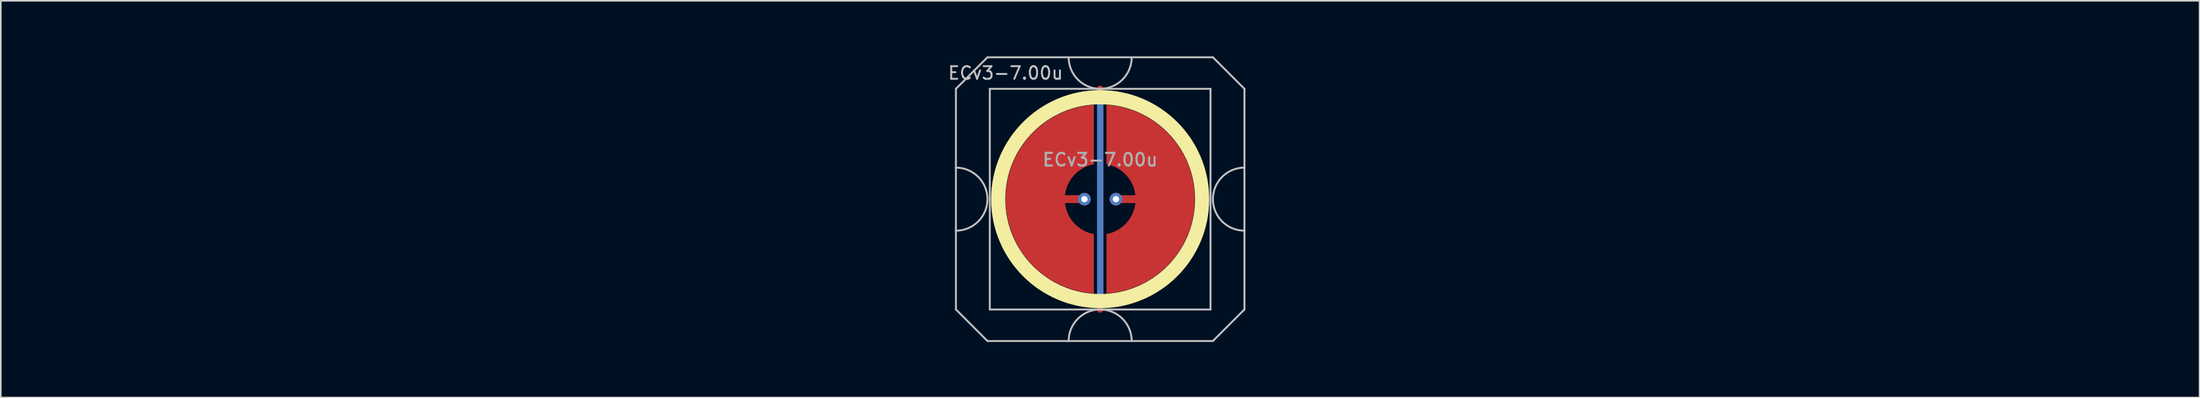
<source format=kicad_pcb>
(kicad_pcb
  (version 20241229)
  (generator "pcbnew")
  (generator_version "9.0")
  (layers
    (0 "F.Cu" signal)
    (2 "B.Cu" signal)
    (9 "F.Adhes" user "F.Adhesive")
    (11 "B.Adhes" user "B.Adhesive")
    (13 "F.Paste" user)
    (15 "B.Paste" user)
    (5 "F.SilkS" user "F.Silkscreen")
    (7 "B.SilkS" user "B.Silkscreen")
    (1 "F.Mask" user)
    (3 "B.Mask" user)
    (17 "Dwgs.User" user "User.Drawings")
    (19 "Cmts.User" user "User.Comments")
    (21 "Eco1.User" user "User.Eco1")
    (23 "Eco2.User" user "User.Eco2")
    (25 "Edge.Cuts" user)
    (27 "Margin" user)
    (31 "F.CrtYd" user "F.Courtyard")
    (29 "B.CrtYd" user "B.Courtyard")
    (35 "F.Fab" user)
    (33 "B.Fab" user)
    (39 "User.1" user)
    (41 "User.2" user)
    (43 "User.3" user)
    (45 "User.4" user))
  (footprint "ECv3-7.00u"
    (layer "F.Cu")
    (at 66.735 9.585)
    (property "Reference" "ECv3-7.00u" (at -6 -8 0) (layer "Dwgs.User") (effects (font (size 0.8 0.8) (thickness 0.12))))
    (attr through_hole exclude_from_pos_files exclude_from_bom)
    (fp_circle (center 0 0) (end 6.467 0) (stroke (width 0.9) (type solid)) (fill no) (layer "F.SilkS"))
    (fp_line (start -9.15 -7) (end -9.15 -2) (stroke (width 0.12) (type solid)) (layer "Dwgs.User"))
    (fp_line (start -9.15 -2) (end -9.15 2) (stroke (width 0.12) (type solid)) (layer "Dwgs.User"))
    (fp_line (start -9.15 2) (end -9.15 7) (stroke (width 0.12) (type solid)) (layer "Dwgs.User"))
    (fp_line (start -9.15 7) (end -7.15 9) (stroke (width 0.12) (type solid)) (layer "Dwgs.User"))
    (fp_line (start -7.15 -9) (end -9.15 -7) (stroke (width 0.12) (type solid)) (layer "Dwgs.User"))
    (fp_line (start -7.15 9) (end 7.15 9) (stroke (width 0.12) (type solid)) (layer "Dwgs.User"))
    (fp_line (start -7 -7) (end -7 7) (stroke (width 0.12) (type solid)) (layer "Dwgs.User"))
    (fp_line (start -7 7) (end 7 7) (stroke (width 0.12) (type solid)) (layer "Dwgs.User"))
    (fp_line (start 7 -7) (end -7 -7) (stroke (width 0.12) (type solid)) (layer "Dwgs.User"))
    (fp_line (start 7 7) (end 7 -7) (stroke (width 0.12) (type solid)) (layer "Dwgs.User"))
    (fp_line (start 7.15 -9) (end -7.15 -9) (stroke (width 0.12) (type solid)) (layer "Dwgs.User"))
    (fp_line (start 7.15 -9) (end 9.15 -7) (stroke (width 0.12) (type solid)) (layer "Dwgs.User"))
    (fp_line (start 7.15 9) (end 9.15 7) (stroke (width 0.12) (type solid)) (layer "Dwgs.User"))
    (fp_line (start 9.15 -2) (end 9.15 -7) (stroke (width 0.12) (type solid)) (layer "Dwgs.User"))
    (fp_line (start 9.15 -2) (end 9.15 2) (stroke (width 0.12) (type solid)) (layer "Dwgs.User"))
    (fp_line (start 9.15 7) (end 9.15 2) (stroke (width 0.12) (type solid)) (layer "Dwgs.User"))
    (fp_arc (start -9.15 -2) (mid -7.15 0) (end -9.15 2) (stroke (width 0.12) (type solid)) (layer "Dwgs.User"))
    (fp_arc (start -2 9) (mid 0 7) (end 2 9) (stroke (width 0.12) (type solid)) (layer "Dwgs.User"))
    (fp_arc (start 2 -9) (mid 0 -7) (end -2 -9) (stroke (width 0.12) (type solid)) (layer "Dwgs.User"))
    (fp_arc (start 9.15 2) (mid 7.15 0) (end 9.15 -2) (stroke (width 0.12) (type solid)) (layer "Dwgs.User"))
    (fp_line (start -63.9 -6.5) (end -63.9 6.25) (stroke (width 0.12) (type default)) (layer "Eco1.User"))
    (fp_line (start -63.4 -7) (end -63.9 -6.5) (stroke (width 0.12) (type default)) (layer "Eco1.User"))
    (fp_line (start -63.4 -7) (end -50.9 -7) (stroke (width 0.12) (type default)) (layer "Eco1.User"))
    (fp_line (start -63.4 6.75) (end -63.9 6.25) (stroke (width 0.12) (type default)) (layer "Eco1.User"))
    (fp_line (start -63.4 6.75) (end -50.9 6.75) (stroke (width 0.12) (type default)) (layer "Eco1.User"))
    (fp_line (start -50.9 -7) (end -50.4 -6.5) (stroke (width 0.12) (type default)) (layer "Eco1.User"))
    (fp_line (start -50.4 -6.5) (end -50.4 6.25) (stroke (width 0.12) (type default)) (layer "Eco1.User"))
    (fp_line (start -50.4 6.25) (end -50.9 6.75) (stroke (width 0.12) (type default)) (layer "Eco1.User"))
    (fp_line (start 50.4 -6.5) (end 50.4 6.25) (stroke (width 0.12) (type default)) (layer "Eco1.User"))
    (fp_line (start 50.9 -7) (end 50.4 -6.5) (stroke (width 0.12) (type default)) (layer "Eco1.User"))
    (fp_line (start 50.9 -7) (end 63.4 -7) (stroke (width 0.12) (type default)) (layer "Eco1.User"))
    (fp_line (start 50.9 6.75) (end 50.4 6.25) (stroke (width 0.12) (type default)) (layer "Eco1.User"))
    (fp_line (start 50.9 6.75) (end 63.4 6.75) (stroke (width 0.12) (type default)) (layer "Eco1.User"))
    (fp_line (start 63.4 -7) (end 63.9 -6.5) (stroke (width 0.12) (type default)) (layer "Eco1.User"))
    (fp_line (start 63.9 -6.5) (end 63.9 6.25) (stroke (width 0.12) (type default)) (layer "Eco1.User"))
    (fp_line (start 63.9 6.25) (end 63.4 6.75) (stroke (width 0.12) (type default)) (layer "Eco1.User"))
    (fp_line (start -66.675 -9.525) (end -66.675 9.525) (stroke (width 0.12) (type solid)) (layer "User.2"))
    (fp_line (start -66.675 -9.525) (end 66.675 -9.525) (stroke (width 0.12) (type solid)) (layer "User.2"))
    (fp_line (start -66.675 9.525) (end 66.675 9.525) (stroke (width 0.12) (type solid)) (layer "User.2"))
    (fp_line (start 66.675 -9.525) (end 66.675 9.525) (stroke (width 0.12) (type solid)) (layer "User.2"))
    (fp_text user "${REFERENCE}" (at 0 -2.5 0) (layer "F.Fab") (effects (font (size 0.8 0.8) (thickness 0.12))))
    (fp_text user "${REFERENCE}" (at 0 -2.5 0) (layer "F.Fab") (effects (font (size 0.8 0.8) (thickness 0.12))))
    (pad "1" smd custom (at -1 0) (size 0.4 0.4) (layers "F.Cu") (options (anchor circle)) (primitives (gr_poly (pts (xy 0.6 -2.214) (xy 0.32 -2.145) (xy 0.052 -2.041) (xy -0.201 -1.903) (xy -0.434 -1.734) (xy -0.644 -1.536) (xy -0.826 -1.314) (xy -0.979 -1.07) (xy -1.1 -0.808) (xy -1.186 -0.534) (xy -1.236 -0.25) (xy 0 -0.25) (xy 0.096 -0.231) (xy 0.177 -0.177) (xy 0.231 -0.096) (xy 0.25 0) (xy 0.231 0.096) (xy 0.177 0.177) (xy 0.096 0.231) (xy 0 0.25) (xy -1.236 0.25) (xy -1.186 0.534) (xy -1.1 0.808) (xy -0.979 1.07) (xy -0.826 1.314) (xy -0.644 1.536) (xy -0.434 1.734) (xy -0.201 1.903) (xy 0.052 2.041) (xy 0.32 2.145) (xy 0.6 2.214) (xy 0.6 5.987) (xy 0.115 5.934) (xy -0.364 5.843) (xy -0.834 5.713) (xy -1.292 5.545) (xy -1.735 5.341) (xy -2.159 5.101) (xy -2.563 4.827) (xy -2.943 4.522) (xy -3.298 4.187) (xy -3.623 3.824) (xy -3.919 3.436) (xy -4.182 3.025) (xy -4.41 2.594) (xy -4.603 2.147) (xy -4.759 1.684) (xy -4.876 1.211) (xy -4.955 0.73) (xy -4.995 0.244) (xy -4.995 -0.244) (xy -4.955 -0.73) (xy -4.876 -1.211) (xy -4.759 -1.684) (xy -4.603 -2.147) (xy -4.41 -2.594) (xy -4.182 -3.025) (xy -3.919 -3.436) (xy -3.623 -3.824) (xy -3.298 -4.187) (xy -2.943 -4.522) (xy -2.563 -4.827) (xy -2.159 -5.101) (xy -1.735 -5.341) (xy -1.292 -5.545) (xy -0.834 -5.713) (xy -0.364 -5.843) (xy 0.115 -5.934) (xy 0.6 -5.987)) (width 0) (fill yes))))
    (pad "1" thru_hole circle (at -1 0) (size 0.8 0.8) (drill 0.4) (layers "*.Cu"))
    (pad "2" smd custom (at 1 0 180) (size 0.4 0.4) (layers "F.Cu") (options (anchor circle)) (primitives (gr_poly (pts (xy 0.6 -2.214) (xy 0.32 -2.145) (xy 0.052 -2.041) (xy -0.201 -1.903) (xy -0.434 -1.734) (xy -0.644 -1.536) (xy -0.826 -1.314) (xy -0.979 -1.07) (xy -1.1 -0.808) (xy -1.186 -0.534) (xy -1.236 -0.25) (xy 0 -0.25) (xy 0.096 -0.231) (xy 0.177 -0.177) (xy 0.231 -0.096) (xy 0.25 0) (xy 0.231 0.096) (xy 0.177 0.177) (xy 0.096 0.231) (xy 0 0.25) (xy -1.236 0.25) (xy -1.186 0.534) (xy -1.1 0.808) (xy -0.979 1.07) (xy -0.826 1.314) (xy -0.644 1.536) (xy -0.434 1.734) (xy -0.201 1.903) (xy 0.052 2.041) (xy 0.32 2.145) (xy 0.6 2.214) (xy 0.6 5.987) (xy 0.115 5.934) (xy -0.364 5.843) (xy -0.834 5.713) (xy -1.292 5.545) (xy -1.735 5.341) (xy -2.159 5.101) (xy -2.563 4.827) (xy -2.943 4.522) (xy -3.298 4.187) (xy -3.623 3.824) (xy -3.919 3.436) (xy -4.182 3.025) (xy -4.41 2.594) (xy -4.603 2.147) (xy -4.759 1.684) (xy -4.876 1.211) (xy -4.955 0.73) (xy -4.995 0.244) (xy -4.995 -0.244) (xy -4.955 -0.73) (xy -4.876 -1.211) (xy -4.759 -1.684) (xy -4.603 -2.147) (xy -4.41 -2.594) (xy -4.182 -3.025) (xy -3.919 -3.436) (xy -3.623 -3.824) (xy -3.298 -4.187) (xy -2.943 -4.522) (xy -2.563 -4.827) (xy -2.159 -5.101) (xy -1.735 -5.341) (xy -1.292 -5.545) (xy -0.834 -5.713) (xy -0.364 -5.843) (xy 0.115 -5.934) (xy 0.6 -5.987)) (width 0) (fill yes))))
    (pad "2" thru_hole circle (at 1 0) (size 0.8 0.8) (drill 0.4) (layers "*.Cu"))
    (pad "3" smd custom (at 0 0) (size 0.4 0.4) (layers "F.Cu") (options (anchor rect)) (primitives (gr_line (start 0 -7) (end 0 7) (width 0.4))))
    (pad "3" smd custom (at 0 0) (size 0.4 0.4) (layers "B.Cu") (options (anchor rect)) (primitives (gr_line (start 0 -6.5) (end 0 6.5) (width 0.4))))
    (zone (net_name "") (layer "F.Cu") (hatch edge 0.508) (connect_pads) (min_thickness 0.254) (filled_areas_thickness no) (keepout (tracks allowed) (vias allowed) (pads allowed) (copperpour not_allowed) (footprints allowed)) (placement (enabled no)) (fill) (polygon (pts (xy 73.74 9.585) (xy 73.721 9.072) (xy 73.665 8.562) (xy 73.571 8.057) (xy 73.441 7.56) (xy 73.275 7.075) (xy 73.073 6.602) (xy 72.838 6.146) (xy 72.57 5.709) (xy 72.27 5.292) (xy 71.941 4.898) (xy 71.583 4.529) (xy 71.2 4.188) (xy 70.793 3.875) (xy 70.364 3.593) (xy 69.915 3.344) (xy 69.45 3.127) (xy 68.969 2.946) (xy 68.477 2.8) (xy 67.975 2.691) (xy 67.467 2.618) (xy 66.955 2.584) (xy 66.442 2.586) (xy 65.93 2.627) (xy 65.422 2.704) (xy 64.922 2.819) (xy 64.431 2.97) (xy 63.953 3.156) (xy 63.49 3.377) (xy 63.044 3.632) (xy 62.618 3.918) (xy 62.214 4.235) (xy 61.834 4.58) (xy 61.481 4.953) (xy 61.155 5.35) (xy 60.86 5.77) (xy 60.597 6.21) (xy 60.366 6.669) (xy 60.169 7.143) (xy 60.008 7.631) (xy 59.883 8.129) (xy 59.795 8.634) (xy 59.744 9.145) (xy 59.73 9.658) (xy 59.755 10.171) (xy 59.816 10.681) (xy 59.915 11.185) (xy 60.051 11.68) (xy 60.222 12.164) (xy 60.428 12.634) (xy 60.669 13.087) (xy 60.941 13.522) (xy 61.245 13.936) (xy 61.579 14.326) (xy 61.94 14.691) (xy 62.327 15.029) (xy 62.737 15.337) (xy 63.169 15.614) (xy 63.62 15.859) (xy 64.088 16.071) (xy 64.57 16.247) (xy 65.064 16.388) (xy 65.567 16.492) (xy 66.076 16.559) (xy 66.588 16.588) (xy 67.102 16.58) (xy 67.613 16.535) (xy 68.12 16.452) (xy 68.619 16.332) (xy 69.108 16.176) (xy 69.584 15.984) (xy 70.045 15.758) (xy 70.488 15.499) (xy 70.911 15.209) (xy 71.312 14.888) (xy 71.688 14.538) (xy 72.038 14.162) (xy 72.359 13.761) (xy 72.649 13.338) (xy 72.908 12.895) (xy 73.134 12.434) (xy 73.326 11.958) (xy 73.482 11.469) (xy 73.602 10.97) (xy 73.685 10.463) (xy 73.73 9.952))))
    (zone (net_name "") (layer "B.Cu") (hatch edge 0.508) (connect_pads) (min_thickness 0.254) (filled_areas_thickness no) (keepout (tracks allowed) (vias allowed) (pads allowed) (copperpour not_allowed) (footprints allowed)) (placement (enabled no)) (fill) (polygon (pts (xy 73.293 9.585) (xy 73.273 9.07) (xy 73.213 8.559) (xy 73.112 8.054) (xy 72.972 7.558) (xy 72.794 7.075) (xy 72.578 6.608) (xy 72.327 6.158) (xy 72.041 5.73) (xy 71.722 5.326) (xy 71.372 4.948) (xy 70.994 4.598) (xy 70.59 4.279) (xy 70.162 3.993) (xy 69.712 3.742) (xy 69.245 3.526) (xy 68.762 3.348) (xy 68.266 3.208) (xy 67.761 3.107) (xy 67.25 3.047) (xy 66.735 3.027) (xy 66.22 3.047) (xy 65.709 3.107) (xy 65.204 3.208) (xy 64.708 3.348) (xy 64.225 3.526) (xy 63.758 3.742) (xy 63.308 3.993) (xy 62.88 4.279) (xy 62.476 4.598) (xy 62.098 4.948) (xy 61.748 5.326) (xy 61.429 5.73) (xy 61.143 6.158) (xy 60.892 6.608) (xy 60.676 7.075) (xy 60.498 7.558) (xy 60.358 8.054) (xy 60.257 8.559) (xy 60.197 9.07) (xy 60.177 9.585) (xy 60.197 10.1) (xy 60.257 10.611) (xy 60.358 11.116) (xy 60.498 11.612) (xy 60.676 12.095) (xy 60.892 12.562) (xy 61.143 13.012) (xy 61.429 13.44) (xy 61.748 13.844) (xy 62.098 14.222) (xy 62.476 14.572) (xy 62.88 14.891) (xy 63.308 15.177) (xy 63.758 15.428) (xy 64.225 15.644) (xy 64.708 15.822) (xy 65.204 15.962) (xy 65.709 16.063) (xy 66.22 16.123) (xy 66.735 16.143) (xy 67.25 16.123) (xy 67.761 16.063) (xy 68.266 15.962) (xy 68.762 15.822) (xy 69.245 15.644) (xy 69.712 15.428) (xy 70.162 15.177) (xy 70.59 14.891) (xy 70.994 14.572) (xy 71.372 14.222) (xy 71.722 13.844) (xy 72.041 13.44) (xy 72.327 13.012) (xy 72.578 12.562) (xy 72.794 12.095) (xy 72.972 11.612) (xy 73.112 11.116) (xy 73.213 10.611) (xy 73.273 10.1)))))
  (gr_rect
    (start -3 -3)
    (end 136.47 22.17)
    (stroke (width 0.1) (type default))
    (fill no)
    (layer "Edge.Cuts")))
</source>
